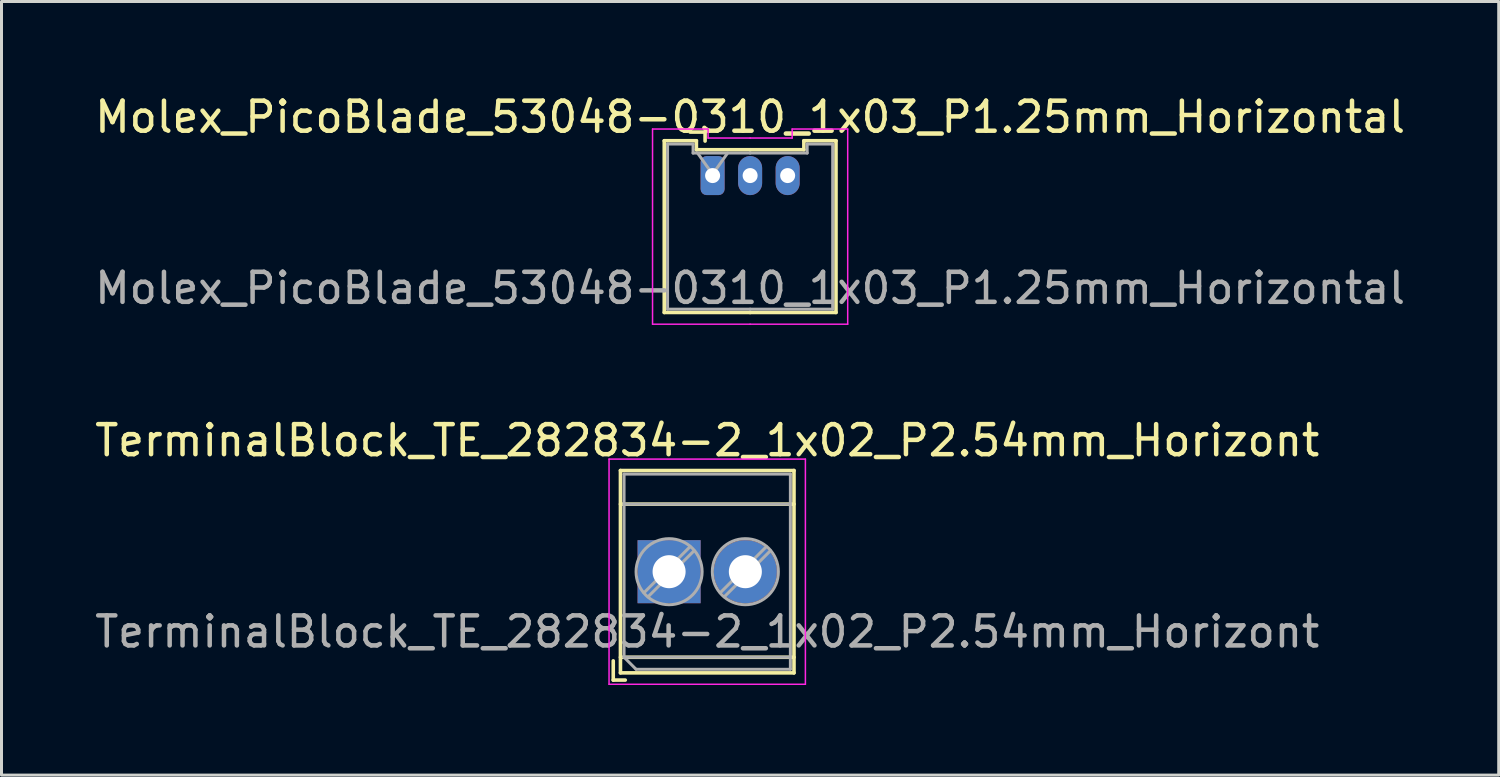
<source format=kicad_pcb>
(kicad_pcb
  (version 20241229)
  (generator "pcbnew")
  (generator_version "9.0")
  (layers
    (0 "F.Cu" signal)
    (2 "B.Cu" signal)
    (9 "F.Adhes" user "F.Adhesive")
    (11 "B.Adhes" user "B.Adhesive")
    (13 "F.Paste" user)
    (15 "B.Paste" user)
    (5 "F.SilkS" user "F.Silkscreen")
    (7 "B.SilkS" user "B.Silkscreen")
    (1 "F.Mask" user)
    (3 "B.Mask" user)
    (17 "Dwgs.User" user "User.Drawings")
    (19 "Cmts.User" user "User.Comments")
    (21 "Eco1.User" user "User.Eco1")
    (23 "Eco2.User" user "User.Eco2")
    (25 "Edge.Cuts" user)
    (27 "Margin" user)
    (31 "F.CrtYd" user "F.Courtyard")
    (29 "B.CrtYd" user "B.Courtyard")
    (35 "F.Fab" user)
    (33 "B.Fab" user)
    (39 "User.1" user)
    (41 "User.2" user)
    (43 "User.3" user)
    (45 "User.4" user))
  (footprint "Molex_PicoBlade_53048-0310_1x03_P1.25mm_Horizontal"
    (layer "F.Cu")
    (at 20.685 2.798)
    (property "Reference" "Molex_PicoBlade_53048-0310_1x03_P1.25mm_Horizontal" (at 1.25 -1.95 0) (layer "F.SilkS") (effects (font (size 1 1) (thickness 0.15))))
    (attr through_hole)
    (fp_line (start -1.61 -1.16) (end -1.61 4.56) (stroke (width 0.12) (type solid)) (layer "F.SilkS"))
    (fp_line (start -1.61 4.56) (end 1.25 4.56) (stroke (width 0.12) (type solid)) (layer "F.SilkS"))
    (fp_line (start -0.54 -1.16) (end -1.61 -1.16) (stroke (width 0.12) (type solid)) (layer "F.SilkS"))
    (fp_line (start -0.54 -0.86) (end -0.54 -1.16) (stroke (width 0.12) (type solid)) (layer "F.SilkS"))
    (fp_line (start -0.25 -1.45) (end -0.75 -1.45) (stroke (width 0.12) (type solid)) (layer "F.SilkS"))
    (fp_line (start -0.25 -1.15) (end -0.25 -1.45) (stroke (width 0.12) (type solid)) (layer "F.SilkS"))
    (fp_line (start 1.25 -0.86) (end -0.54 -0.86) (stroke (width 0.12) (type solid)) (layer "F.SilkS"))
    (fp_line (start 1.25 -0.86) (end 3.04 -0.86) (stroke (width 0.12) (type solid)) (layer "F.SilkS"))
    (fp_line (start 3.04 -1.16) (end 4.11 -1.16) (stroke (width 0.12) (type solid)) (layer "F.SilkS"))
    (fp_line (start 3.04 -0.86) (end 3.04 -1.16) (stroke (width 0.12) (type solid)) (layer "F.SilkS"))
    (fp_line (start 4.11 -1.16) (end 4.11 4.56) (stroke (width 0.12) (type solid)) (layer "F.SilkS"))
    (fp_line (start 4.11 4.56) (end 1.25 4.56) (stroke (width 0.12) (type solid)) (layer "F.SilkS"))
    (fp_line (start -2 -1.55) (end -2 4.95) (stroke (width 0.05) (type solid)) (layer "F.CrtYd"))
    (fp_line (start -2 4.95) (end 1.25 4.95) (stroke (width 0.05) (type solid)) (layer "F.CrtYd"))
    (fp_line (start -0.15 -1.55) (end -2 -1.55) (stroke (width 0.05) (type solid)) (layer "F.CrtYd"))
    (fp_line (start -0.15 -1.25) (end -0.15 -1.55) (stroke (width 0.05) (type solid)) (layer "F.CrtYd"))
    (fp_line (start 1.25 -1.25) (end -0.15 -1.25) (stroke (width 0.05) (type solid)) (layer "F.CrtYd"))
    (fp_line (start 1.25 -1.25) (end 2.65 -1.25) (stroke (width 0.05) (type solid)) (layer "F.CrtYd"))
    (fp_line (start 2.65 -1.55) (end 4.5 -1.55) (stroke (width 0.05) (type solid)) (layer "F.CrtYd"))
    (fp_line (start 2.65 -1.25) (end 2.65 -1.55) (stroke (width 0.05) (type solid)) (layer "F.CrtYd"))
    (fp_line (start 4.5 -1.55) (end 4.5 4.95) (stroke (width 0.05) (type solid)) (layer "F.CrtYd"))
    (fp_line (start 4.5 4.95) (end 1.25 4.95) (stroke (width 0.05) (type solid)) (layer "F.CrtYd"))
    (fp_line (start -1.5 -1.05) (end -1.5 4.45) (stroke (width 0.1) (type solid)) (layer "F.Fab"))
    (fp_line (start -1.5 4.45) (end 1.25 4.45) (stroke (width 0.1) (type solid)) (layer "F.Fab"))
    (fp_line (start -0.65 -1.05) (end -1.5 -1.05) (stroke (width 0.1) (type solid)) (layer "F.Fab"))
    (fp_line (start -0.65 -0.75) (end -0.65 -1.05) (stroke (width 0.1) (type solid)) (layer "F.Fab"))
    (fp_line (start -0.5 -0.75) (end 0 -0.043) (stroke (width 0.1) (type solid)) (layer "F.Fab"))
    (fp_line (start 0 -0.043) (end 0.5 -0.75) (stroke (width 0.1) (type solid)) (layer "F.Fab"))
    (fp_line (start 1.25 -0.75) (end -0.65 -0.75) (stroke (width 0.1) (type solid)) (layer "F.Fab"))
    (fp_line (start 1.25 -0.75) (end 3.15 -0.75) (stroke (width 0.1) (type solid)) (layer "F.Fab"))
    (fp_line (start 3.15 -1.05) (end 4 -1.05) (stroke (width 0.1) (type solid)) (layer "F.Fab"))
    (fp_line (start 3.15 -0.75) (end 3.15 -1.05) (stroke (width 0.1) (type solid)) (layer "F.Fab"))
    (fp_line (start 4 -1.05) (end 4 4.45) (stroke (width 0.1) (type solid)) (layer "F.Fab"))
    (fp_line (start 4 4.45) (end 1.25 4.45) (stroke (width 0.1) (type solid)) (layer "F.Fab"))
    (fp_text user "${REFERENCE}" (at 1.25 3.75 0) (layer "F.Fab") (effects (font (size 1 1) (thickness 0.15))))
    (pad "1" thru_hole roundrect (at 0 0) (size 0.8 1.3) (drill 0.5) (layers "*.Cu" "*.Mask") (roundrect_rratio 0.25))
    (pad "2" thru_hole oval (at 1.25 0) (size 0.8 1.3) (drill 0.5) (layers "*.Cu" "*.Mask"))
    (pad "3" thru_hole oval (at 2.5 0) (size 0.8 1.3) (drill 0.5) (layers "*.Cu" "*.Mask")))
  (footprint "TerminalBlock_TE_282834-2_1x02_P2.54mm_Horizont"
    (layer "F.Cu")
    (at 19.236 15.992)
    (property "Reference" "TerminalBlock_TE_282834-2_1x02_P2.54mm_Horizont" (at 1.27 -4.37 0) (layer "F.SilkS") (effects (font (size 1 1) (thickness 0.15))))
    (attr smd)
    (fp_line (start -1.86 2.97) (end -1.86 3.61) (stroke (width 0.12) (type solid)) (layer "F.SilkS"))
    (fp_line (start -1.86 3.61) (end -1.46 3.61) (stroke (width 0.12) (type solid)) (layer "F.SilkS"))
    (fp_line (start -1.62 -3.37) (end -1.62 3.37) (stroke (width 0.12) (type solid)) (layer "F.SilkS"))
    (fp_line (start -1.62 -3.37) (end 4.16 -3.37) (stroke (width 0.12) (type solid)) (layer "F.SilkS"))
    (fp_line (start -1.62 -2.25) (end 4.16 -2.25) (stroke (width 0.12) (type solid)) (layer "F.SilkS"))
    (fp_line (start -1.62 2.85) (end 4.16 2.85) (stroke (width 0.12) (type solid)) (layer "F.SilkS"))
    (fp_line (start -1.62 3.37) (end 4.16 3.37) (stroke (width 0.12) (type solid)) (layer "F.SilkS"))
    (fp_line (start 4.16 -3.37) (end 4.16 3.37) (stroke (width 0.12) (type solid)) (layer "F.SilkS"))
    (fp_line (start -2 -3.75) (end -2 3.75) (stroke (width 0.05) (type solid)) (layer "F.CrtYd"))
    (fp_line (start -2 3.75) (end 4.54 3.75) (stroke (width 0.05) (type solid)) (layer "F.CrtYd"))
    (fp_line (start 4.54 -3.75) (end -2 -3.75) (stroke (width 0.05) (type solid)) (layer "F.CrtYd"))
    (fp_line (start 4.54 3.75) (end 4.54 -3.75) (stroke (width 0.05) (type solid)) (layer "F.CrtYd"))
    (fp_line (start -1.5 -3.25) (end 4.04 -3.25) (stroke (width 0.1) (type solid)) (layer "F.Fab"))
    (fp_line (start -1.5 -2.25) (end 4.04 -2.25) (stroke (width 0.1) (type solid)) (layer "F.Fab"))
    (fp_line (start -1.5 2.85) (end -1.5 -3.25) (stroke (width 0.1) (type solid)) (layer "F.Fab"))
    (fp_line (start -1.5 2.85) (end 4.04 2.85) (stroke (width 0.1) (type solid)) (layer "F.Fab"))
    (fp_line (start -1.1 3.25) (end -1.5 2.85) (stroke (width 0.1) (type solid)) (layer "F.Fab"))
    (fp_line (start 0.701 -0.835) (end -0.835 0.7) (stroke (width 0.1) (type solid)) (layer "F.Fab"))
    (fp_line (start 0.835 -0.7) (end -0.701 0.835) (stroke (width 0.1) (type solid)) (layer "F.Fab"))
    (fp_line (start 3.241 -0.835) (end 1.706 0.7) (stroke (width 0.1) (type solid)) (layer "F.Fab"))
    (fp_line (start 3.375 -0.7) (end 1.84 0.835) (stroke (width 0.1) (type solid)) (layer "F.Fab"))
    (fp_line (start 4.04 -3.25) (end 4.04 3.25) (stroke (width 0.1) (type solid)) (layer "F.Fab"))
    (fp_line (start 4.04 3.25) (end -1.1 3.25) (stroke (width 0.1) (type solid)) (layer "F.Fab"))
    (fp_circle (center 0 0) (end 1.1 0) (stroke (width 0.1) (type solid)) (fill no) (layer "F.Fab"))
    (fp_circle (center 2.54 0) (end 3.64 0) (stroke (width 0.1) (type solid)) (fill no) (layer "F.Fab"))
    (fp_text user "${REFERENCE}" (at 1.27 2 0) (layer "F.Fab") (effects (font (size 1 1) (thickness 0.15))))
    (pad "1" thru_hole rect (at 0 0) (size 2.1 2.1) (drill 1.1) (layers "*.Cu" "*.Mask"))
    (pad "2" thru_hole circle (at 2.54 0) (size 2.1 2.1) (drill 1.1) (layers "*.Cu" "*.Mask")))
  (gr_rect
    (start -3 -3)
    (end 46.869 22.767)
    (stroke (width 0.1) (type default))
    (fill no)
    (layer "Edge.Cuts")))
</source>
